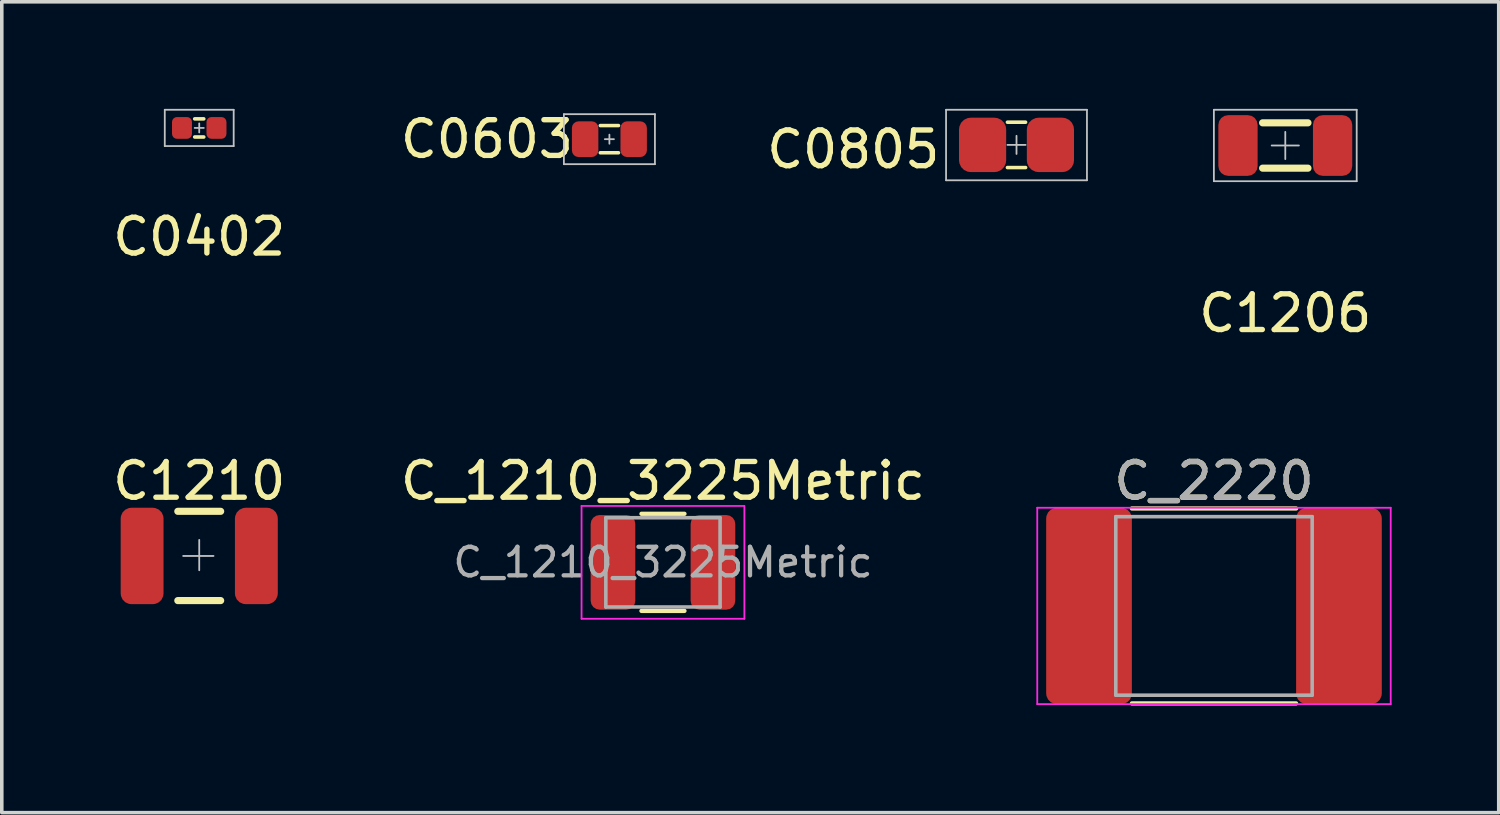
<source format=kicad_pcb>
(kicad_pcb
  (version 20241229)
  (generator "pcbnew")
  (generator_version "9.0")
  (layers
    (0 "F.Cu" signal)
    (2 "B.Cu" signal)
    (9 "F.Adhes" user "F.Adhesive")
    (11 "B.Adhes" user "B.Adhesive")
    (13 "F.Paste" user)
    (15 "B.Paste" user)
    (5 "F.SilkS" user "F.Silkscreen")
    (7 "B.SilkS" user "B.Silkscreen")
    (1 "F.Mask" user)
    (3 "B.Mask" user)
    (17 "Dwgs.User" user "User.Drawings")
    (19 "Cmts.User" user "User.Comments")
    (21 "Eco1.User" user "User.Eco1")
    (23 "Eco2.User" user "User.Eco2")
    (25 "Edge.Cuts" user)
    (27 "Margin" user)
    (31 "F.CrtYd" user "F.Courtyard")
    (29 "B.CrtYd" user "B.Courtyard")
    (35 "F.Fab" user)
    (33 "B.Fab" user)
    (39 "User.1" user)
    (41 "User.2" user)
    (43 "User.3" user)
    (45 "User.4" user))
  (footprint "C_1210_3225Metric"
    (layer "F.Cu")
    (at 15.518 12.7)
    (property "Reference" "C_1210_3225Metric" (at 0 -2.28 0) (layer "F.SilkS") (effects (font (size 1 1) (thickness 0.15))))
    (attr smd)
    (fp_line (start -0.602 -1.36) (end 0.602 -1.36) (stroke (width 0.12) (type solid)) (layer "F.SilkS"))
    (fp_line (start -0.602 1.36) (end 0.602 1.36) (stroke (width 0.12) (type solid)) (layer "F.SilkS"))
    (fp_line (start -2.28 -1.58) (end 2.28 -1.58) (stroke (width 0.05) (type solid)) (layer "F.CrtYd"))
    (fp_line (start -2.28 1.58) (end -2.28 -1.58) (stroke (width 0.05) (type solid)) (layer "F.CrtYd"))
    (fp_line (start 2.28 -1.58) (end 2.28 1.58) (stroke (width 0.05) (type solid)) (layer "F.CrtYd"))
    (fp_line (start 2.28 1.58) (end -2.28 1.58) (stroke (width 0.05) (type solid)) (layer "F.CrtYd"))
    (fp_line (start -1.6 -1.25) (end 1.6 -1.25) (stroke (width 0.1) (type solid)) (layer "F.Fab"))
    (fp_line (start -1.6 1.25) (end -1.6 -1.25) (stroke (width 0.1) (type solid)) (layer "F.Fab"))
    (fp_line (start 1.6 -1.25) (end 1.6 1.25) (stroke (width 0.1) (type solid)) (layer "F.Fab"))
    (fp_line (start 1.6 1.25) (end -1.6 1.25) (stroke (width 0.1) (type solid)) (layer "F.Fab"))
    (fp_text user "${REFERENCE}" (at 0 0 0) (layer "F.Fab") (effects (font (size 0.8 0.8) (thickness 0.12))))
    (pad "1" smd roundrect (at -1.4 0) (size 1.25 2.65) (layers "F.Cu" "F.Mask" "F.Paste") (roundrect_rratio 0.2))
    (pad "2" smd roundrect (at 1.4 0) (size 1.25 2.65) (layers "F.Cu" "F.Mask" "F.Paste") (roundrect_rratio 0.2)))
  (footprint "C0603"
    (layer "F.Cu")
    (at 14.018 0.848)
    (property "Reference" "C0603" (at -3.429 0 0) (layer "F.SilkS") (effects (font (size 1 1) (thickness 0.15))))
    (attr through_hole)
    (fp_line (start -0.125 -0.254) (end -0.125 0.254) (stroke (width 0.05) (type solid)) (layer "F.Mask"))
    (fp_line (start -0.125 0.254) (end 0.125 0.254) (stroke (width 0.05) (type solid)) (layer "F.Mask"))
    (fp_line (start -0.075 0.254) (end -0.075 -0.254) (stroke (width 0.05) (type solid)) (layer "F.Mask"))
    (fp_line (start -0.025 0.254) (end -0.025 -0.254) (stroke (width 0.05) (type solid)) (layer "F.Mask"))
    (fp_line (start 0.025 0.254) (end 0.025 -0.254) (stroke (width 0.05) (type solid)) (layer "F.Mask"))
    (fp_line (start 0.075 0.254) (end 0.075 -0.254) (stroke (width 0.05) (type solid)) (layer "F.Mask"))
    (fp_line (start 0.125 -0.254) (end -0.125 -0.254) (stroke (width 0.05) (type solid)) (layer "F.Mask"))
    (fp_line (start 0.125 0.254) (end 0.125 -0.254) (stroke (width 0.05) (type solid)) (layer "F.Mask"))
    (fp_line (start -0.254 -0.381) (end 0.254 -0.381) (stroke (width 0.1) (type solid)) (layer "F.SilkS"))
    (fp_line (start -0.254 0.381) (end 0.254 0.381) (stroke (width 0.1) (type solid)) (layer "F.SilkS"))
    (fp_line (start -1.275 -0.7) (end -1.275 0.7) (stroke (width 0.05) (type solid)) (layer "Dwgs.User"))
    (fp_line (start -1.275 -0.7) (end 1.275 -0.7) (stroke (width 0.05) (type solid)) (layer "Dwgs.User"))
    (fp_line (start -1.275 0.7) (end 1.275 0.7) (stroke (width 0.05) (type solid)) (layer "Dwgs.User"))
    (fp_line (start 0 -0.127) (end 0 0.127) (stroke (width 0.05) (type solid)) (layer "Dwgs.User"))
    (fp_line (start 0.127 0) (end -0.127 0) (stroke (width 0.05) (type solid)) (layer "Dwgs.User"))
    (fp_line (start 1.275 -0.7) (end 1.275 0.7) (stroke (width 0.05) (type solid)) (layer "Dwgs.User"))
    (fp_line (start -0.8 -0.4) (end -0.8 0.4) (stroke (width 0.05) (type solid)) (layer "Eco1.User"))
    (fp_line (start -0.8 0.4) (end 0.8 0.4) (stroke (width 0.05) (type solid)) (layer "Eco1.User"))
    (fp_line (start 0.8 -0.4) (end -0.8 -0.4) (stroke (width 0.05) (type solid)) (layer "Eco1.User"))
    (fp_line (start 0.8 0.4) (end 0.8 -0.4) (stroke (width 0.05) (type solid)) (layer "Eco1.User"))
    (pad "1" smd roundrect (at -0.68 0) (size 0.74 1) (layers "F.Cu" "F.Mask" "F.Paste") (roundrect_rratio 0.25))
    (pad "2" smd roundrect (at 0.68 0) (size 0.74 1) (layers "F.Cu" "F.Mask" "F.Paste") (roundrect_rratio 0.25)))
  (footprint "C0402"
    (layer "F.Cu")
    (at 2.53 0.533)
    (property "Reference" "C0402" (at 0 3.048 0) (layer "F.SilkS") (effects (font (size 1 1) (thickness 0.15))))
    (attr through_hole)
    (fp_line (start -0.127 -0.254) (end 0.127 -0.254) (stroke (width 0.1) (type solid)) (layer "F.SilkS"))
    (fp_line (start -0.127 0.254) (end 0.127 0.254) (stroke (width 0.1) (type solid)) (layer "F.SilkS"))
    (fp_line (start -0.965 -0.508) (end -0.965 0.508) (stroke (width 0.05) (type solid)) (layer "Dwgs.User"))
    (fp_line (start -0.965 -0.508) (end 0.965 -0.508) (stroke (width 0.05) (type solid)) (layer "Dwgs.User"))
    (fp_line (start -0.965 0.508) (end 0.965 0.508) (stroke (width 0.05) (type solid)) (layer "Dwgs.User"))
    (fp_line (start 0 -0.127) (end 0 0.127) (stroke (width 0.05) (type solid)) (layer "Dwgs.User"))
    (fp_line (start 0.127 0) (end -0.127 0) (stroke (width 0.05) (type solid)) (layer "Dwgs.User"))
    (fp_line (start 0.965 -0.508) (end 0.965 0.508) (stroke (width 0.05) (type solid)) (layer "Dwgs.User"))
    (fp_line (start -0.5 -0.29) (end -0.5 0.29) (stroke (width 0.05) (type solid)) (layer "Eco1.User"))
    (fp_line (start -0.5 0.29) (end 0.5 0.29) (stroke (width 0.05) (type solid)) (layer "Eco1.User"))
    (fp_line (start 0.5 -0.29) (end -0.5 -0.29) (stroke (width 0.05) (type solid)) (layer "Eco1.User"))
    (fp_line (start 0.5 0.29) (end 0.5 -0.29) (stroke (width 0.05) (type solid)) (layer "Eco1.User"))
    (pad "1" smd roundrect (at -0.483 0) (size 0.559 0.61) (layers "F.Cu" "F.Mask" "F.Paste") (roundrect_rratio 0.25))
    (pad "2" smd roundrect (at 0.483 0) (size 0.559 0.61) (layers "F.Cu" "F.Mask" "F.Paste") (roundrect_rratio 0.25)))
  (footprint "C0805"
    (layer "F.Cu")
    (at 25.42 1.008)
    (property "Reference" "C0805" (at -4.572 0.127 0) (layer "F.SilkS") (effects (font (size 1 1) (thickness 0.15))))
    (attr through_hole)
    (fp_line (start -0.254 -0.635) (end 0.254 -0.635) (stroke (width 0.1) (type solid)) (layer "F.SilkS"))
    (fp_line (start -0.254 0.635) (end 0.254 0.635) (stroke (width 0.1) (type solid)) (layer "F.SilkS"))
    (fp_line (start -1.973 -0.983) (end -1.973 0.991) (stroke (width 0.05) (type solid)) (layer "Dwgs.User"))
    (fp_line (start -1.973 -0.983) (end 1.973 -0.983) (stroke (width 0.05) (type solid)) (layer "Dwgs.User"))
    (fp_line (start 0 -0.254) (end 0 0.254) (stroke (width 0.05) (type solid)) (layer "Dwgs.User"))
    (fp_line (start 0.254 0) (end -0.254 0) (stroke (width 0.05) (type solid)) (layer "Dwgs.User"))
    (fp_line (start 1.973 -0.983) (end 1.973 0.991) (stroke (width 0.05) (type solid)) (layer "Dwgs.User"))
    (fp_line (start 1.973 0.991) (end -1.973 0.991) (stroke (width 0.05) (type solid)) (layer "Dwgs.User"))
    (fp_line (start -1 -0.635) (end 1 -0.635) (stroke (width 0.05) (type solid)) (layer "Eco1.User"))
    (fp_line (start -1 0.635) (end -1 -0.635) (stroke (width 0.05) (type solid)) (layer "Eco1.User"))
    (fp_line (start 1 -0.635) (end 1 0.635) (stroke (width 0.05) (type solid)) (layer "Eco1.User"))
    (fp_line (start 1 0.635) (end -1 0.635) (stroke (width 0.05) (type solid)) (layer "Eco1.User"))
    (pad "1" smd roundrect (at -0.95 0) (size 1.321 1.524) (layers "F.Cu" "F.Mask" "F.Paste") (roundrect_rratio 0.25))
    (pad "2" smd roundrect (at 0.95 0) (size 1.321 1.524) (layers "F.Cu" "F.Mask" "F.Paste") (roundrect_rratio 0.25)))
  (footprint "C_2220"
    (layer "F.Cu")
    (at 30.951 13.921)
    (property "Reference" "C_2220" (at 0 -3.5 0) (layer "F.SilkS") (effects (font (size 1 1) (thickness 0.15))))
    (attr smd)
    (fp_line (start -2.3 2.73) (end 2.3 2.73) (stroke (width 0.12) (type solid)) (layer "F.SilkS"))
    (fp_line (start 2.3 -2.73) (end -2.3 -2.73) (stroke (width 0.12) (type solid)) (layer "F.SilkS"))
    (fp_line (start -4.95 -2.75) (end -4.95 2.75) (stroke (width 0.05) (type solid)) (layer "F.CrtYd"))
    (fp_line (start -4.95 -2.75) (end 4.95 -2.75) (stroke (width 0.05) (type solid)) (layer "F.CrtYd"))
    (fp_line (start 4.95 2.75) (end -4.95 2.75) (stroke (width 0.05) (type solid)) (layer "F.CrtYd"))
    (fp_line (start 4.95 2.75) (end 4.95 -2.75) (stroke (width 0.05) (type solid)) (layer "F.CrtYd"))
    (fp_line (start -2.75 -2.5) (end 2.75 -2.5) (stroke (width 0.1) (type solid)) (layer "F.Fab"))
    (fp_line (start -2.75 2.5) (end -2.75 -2.5) (stroke (width 0.1) (type solid)) (layer "F.Fab"))
    (fp_line (start 2.75 -2.5) (end 2.75 2.5) (stroke (width 0.1) (type solid)) (layer "F.Fab"))
    (fp_line (start 2.75 2.5) (end -2.75 2.5) (stroke (width 0.1) (type solid)) (layer "F.Fab"))
    (fp_text user "${REFERENCE}" (at 0 -3.5 0) (layer "F.Fab") (effects (font (size 1 1) (thickness 0.15))))
    (pad "1" smd roundrect (at -3.5 0) (size 2.4 5.5) (layers "F.Cu" "F.Mask" "F.Paste") (roundrect_rratio 0.125))
    (pad "2" smd roundrect (at 3.5 0) (size 2.4 5.5) (layers "F.Cu" "F.Mask" "F.Paste") (roundrect_rratio 0.125)))
  (footprint "C1210"
    (layer "F.Cu")
    (at 2.53 12.521)
    (property "Reference" "C1210" (at 0 -2.1 0) (layer "F.SilkS") (effects (font (size 1 1) (thickness 0.15))))
    (attr through_hole)
    (fp_line (start -0.6 -1.25) (end 0.6 -1.25) (stroke (width 0.2) (type solid)) (layer "F.SilkS"))
    (fp_line (start -0.6 1.25) (end 0.6 1.25) (stroke (width 0.2) (type solid)) (layer "F.SilkS"))
    (fp_line (start -0.45 0) (end 0.4 0) (stroke (width 0.05) (type solid)) (layer "Dwgs.User"))
    (fp_line (start 0 -0.45) (end 0 0.4) (stroke (width 0.05) (type solid)) (layer "Dwgs.User"))
    (fp_line (start -1.6 -1.25) (end 1.6 -1.25) (stroke (width 0.1) (type solid)) (layer "Eco1.User"))
    (fp_line (start -1.6 1.25) (end -1.6 -1.25) (stroke (width 0.1) (type solid)) (layer "Eco1.User"))
    (fp_line (start -1.6 1.25) (end 1.6 1.25) (stroke (width 0.1) (type solid)) (layer "Eco1.User"))
    (fp_line (start 1.6 1.25) (end 1.6 -1.25) (stroke (width 0.1) (type solid)) (layer "Eco1.User"))
    (pad "1" smd roundrect (at -1.6 0 180) (size 1.2 2.7) (layers "F.Cu" "F.Mask" "F.Paste") (roundrect_rratio 0.25))
    (pad "2" smd roundrect (at 1.6 0 180) (size 1.2 2.7) (layers "F.Cu" "F.Mask" "F.Paste") (roundrect_rratio 0.25)))
  (footprint "C1206"
    (layer "F.Cu")
    (at 32.948 1.025)
    (property "Reference" "C1206" (at 0 4.699 0) (layer "F.SilkS") (effects (font (size 1 1) (thickness 0.15))))
    (attr through_hole)
    (fp_line (start -0.635 -0.635) (end 0.635 -0.635) (stroke (width 0.2) (type solid)) (layer "F.SilkS"))
    (fp_line (start 0.635 0.635) (end -0.635 0.635) (stroke (width 0.2) (type solid)) (layer "F.SilkS"))
    (fp_line (start -2 -1) (end 2 -1) (stroke (width 0.05) (type solid)) (layer "Dwgs.User"))
    (fp_line (start -2 1) (end -2 -1) (stroke (width 0.05) (type solid)) (layer "Dwgs.User"))
    (fp_line (start 0 -0.381) (end 0 0.381) (stroke (width 0.05) (type solid)) (layer "Dwgs.User"))
    (fp_line (start 0.381 0) (end -0.381 0) (stroke (width 0.05) (type solid)) (layer "Dwgs.User"))
    (fp_line (start 2 -1) (end 2 1) (stroke (width 0.05) (type solid)) (layer "Dwgs.User"))
    (fp_line (start 2 1) (end -2 1) (stroke (width 0.05) (type solid)) (layer "Dwgs.User"))
    (fp_line (start -1.675 -0.875) (end 1.675 -0.875) (stroke (width 0.05) (type solid)) (layer "Eco1.User"))
    (fp_line (start -1.675 0.875) (end -1.675 -0.875) (stroke (width 0.05) (type solid)) (layer "Eco1.User"))
    (fp_line (start 1.675 -0.875) (end 1.675 0.875) (stroke (width 0.05) (type solid)) (layer "Eco1.User"))
    (fp_line (start 1.675 0.875) (end -1.675 0.875) (stroke (width 0.05) (type solid)) (layer "Eco1.User"))
    (pad "1" smd roundrect (at -1.325 0) (size 1.1 1.7) (layers "F.Cu" "F.Mask" "F.Paste") (roundrect_rratio 0.25))
    (pad "2" smd roundrect (at 1.325 0) (size 1.1 1.7) (layers "F.Cu" "F.Mask" "F.Paste") (roundrect_rratio 0.25)))
  (gr_rect
    (start -3 -3)
    (end 38.926 19.71)
    (stroke (width 0.1) (type default))
    (fill no)
    (layer "Edge.Cuts")))
</source>
